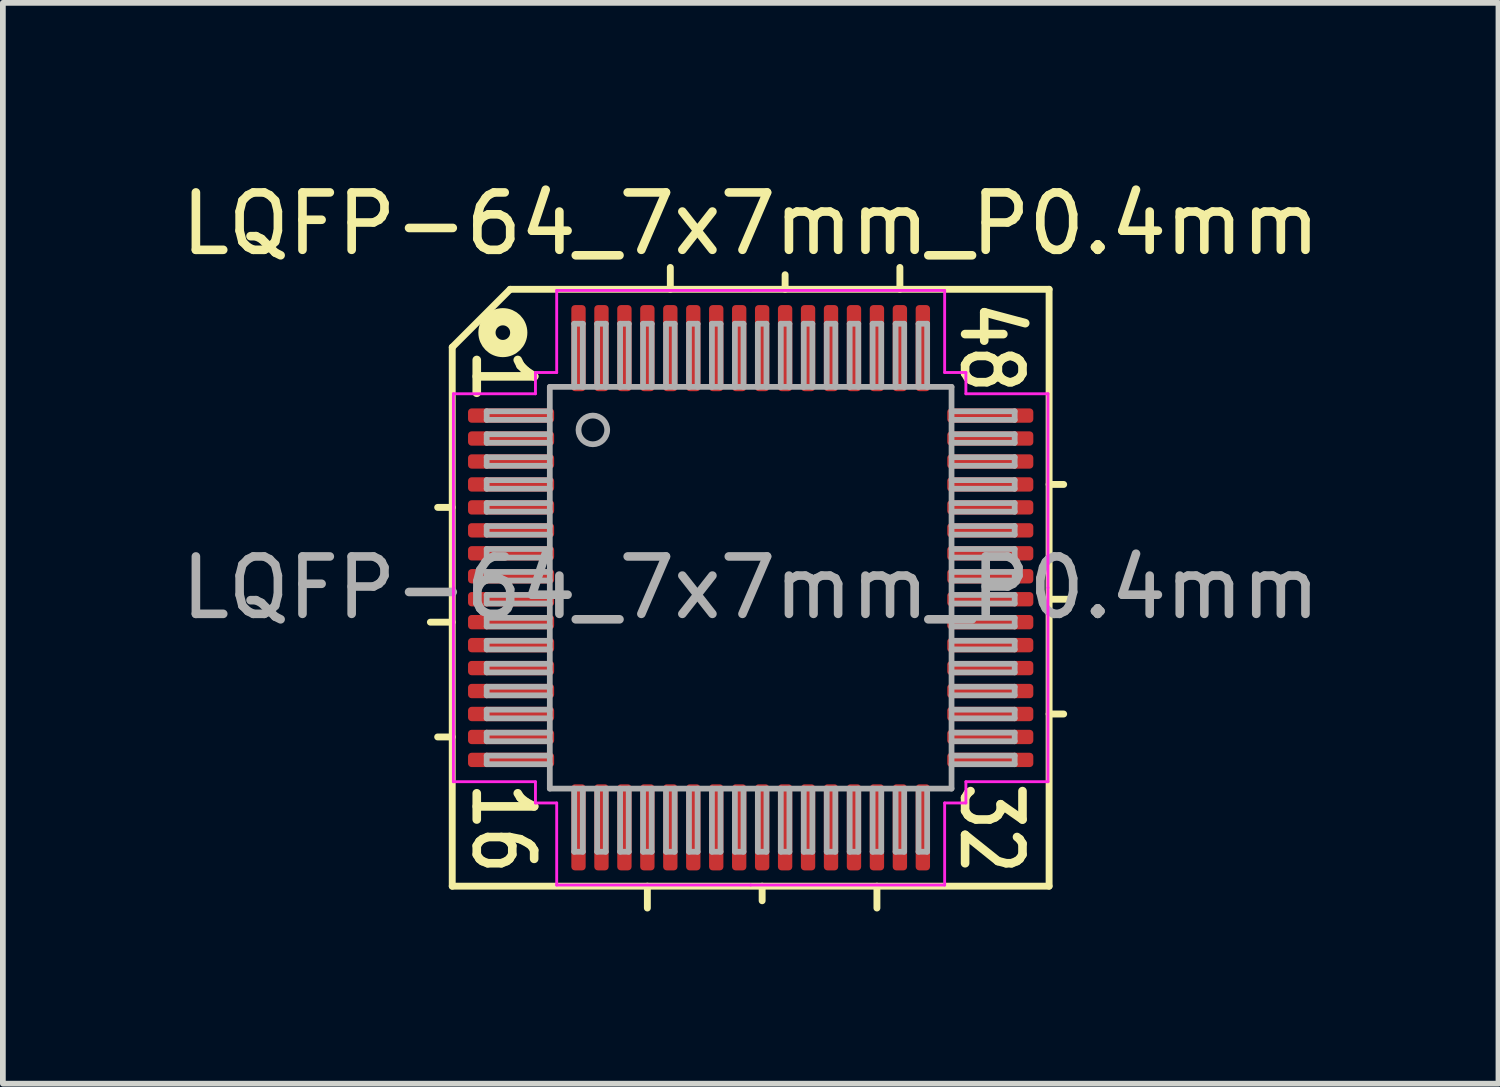
<source format=kicad_pcb>
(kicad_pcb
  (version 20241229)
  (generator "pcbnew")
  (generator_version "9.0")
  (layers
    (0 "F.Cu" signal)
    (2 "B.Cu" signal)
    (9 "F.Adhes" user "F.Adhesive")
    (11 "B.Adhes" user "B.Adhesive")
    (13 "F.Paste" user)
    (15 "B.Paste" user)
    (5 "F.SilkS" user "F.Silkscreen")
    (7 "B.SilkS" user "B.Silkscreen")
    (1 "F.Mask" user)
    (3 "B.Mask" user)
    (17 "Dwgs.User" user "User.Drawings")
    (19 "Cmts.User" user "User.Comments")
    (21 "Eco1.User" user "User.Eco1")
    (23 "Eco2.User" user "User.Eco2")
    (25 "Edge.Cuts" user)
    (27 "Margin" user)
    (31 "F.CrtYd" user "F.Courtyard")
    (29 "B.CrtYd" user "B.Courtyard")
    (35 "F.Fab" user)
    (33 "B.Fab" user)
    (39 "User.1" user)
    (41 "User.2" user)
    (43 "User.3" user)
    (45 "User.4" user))
  (footprint "LQFP-64_7x7mm_P0.4mm"
    (layer "F.Cu")
    (at 10.03 7.191)
    (property "Reference" "LQFP-64_7x7mm_P0.4mm" (at 0 -6.343 0) (layer "F.SilkS") (effects (font (size 1 1) (thickness 0.15))))
    (attr smd)
    (fp_line (start -5.2 -4.191) (end -5.2 5.2) (stroke (width 0.12) (type solid)) (layer "F.SilkS"))
    (fp_line (start -5.2 -1.4) (end -5.454 -1.4) (stroke (width 0.12) (type solid)) (layer "F.SilkS"))
    (fp_line (start -5.2 0.6) (end -5.581 0.6) (stroke (width 0.12) (type solid)) (layer "F.SilkS"))
    (fp_line (start -5.2 2.6) (end -5.454 2.6) (stroke (width 0.12) (type solid)) (layer "F.SilkS"))
    (fp_line (start -5.2 5.2) (end 5.2 5.2) (stroke (width 0.12) (type solid)) (layer "F.SilkS"))
    (fp_line (start -4.191 -5.2) (end -5.2 -4.191) (stroke (width 0.12) (type solid)) (layer "F.SilkS"))
    (fp_line (start -1.8 5.581) (end -1.8 5.2) (stroke (width 0.12) (type solid)) (layer "F.SilkS"))
    (fp_line (start -1.4 -5.2) (end -1.4 -5.581) (stroke (width 0.12) (type solid)) (layer "F.SilkS"))
    (fp_line (start 0.2 5.2) (end 0.2 5.454) (stroke (width 0.12) (type solid)) (layer "F.SilkS"))
    (fp_line (start 0.6 -5.2) (end 0.6 -5.454) (stroke (width 0.12) (type solid)) (layer "F.SilkS"))
    (fp_line (start 2.2 5.2) (end 2.2 5.581) (stroke (width 0.12) (type solid)) (layer "F.SilkS"))
    (fp_line (start 2.6 -5.2) (end 2.6 -5.581) (stroke (width 0.12) (type solid)) (layer "F.SilkS"))
    (fp_line (start 5.2 -5.2) (end -4.191 -5.2) (stroke (width 0.12) (type solid)) (layer "F.SilkS"))
    (fp_line (start 5.2 -1.8) (end 5.454 -1.8) (stroke (width 0.12) (type solid)) (layer "F.SilkS"))
    (fp_line (start 5.2 0.2) (end 5.581 0.2) (stroke (width 0.12) (type solid)) (layer "F.SilkS"))
    (fp_line (start 5.2 2.2) (end 5.454 2.2) (stroke (width 0.12) (type solid)) (layer "F.SilkS"))
    (fp_line (start 5.2 5.2) (end 5.2 -5.2) (stroke (width 0.12) (type solid)) (layer "F.SilkS"))
    (fp_circle (center -4.318 -4.445) (end -4.191 -4.445) (stroke (width 0.3) (type solid)) (fill no) (layer "F.SilkS"))
    (fp_line (start -5.18 -3.38) (end -5.18 0) (stroke (width 0.05) (type solid)) (layer "F.CrtYd"))
    (fp_line (start -5.18 3.38) (end -5.18 0) (stroke (width 0.05) (type solid)) (layer "F.CrtYd"))
    (fp_line (start -3.75 -3.75) (end -3.75 -3.38) (stroke (width 0.05) (type solid)) (layer "F.CrtYd"))
    (fp_line (start -3.75 -3.38) (end -5.18 -3.38) (stroke (width 0.05) (type solid)) (layer "F.CrtYd"))
    (fp_line (start -3.75 3.38) (end -5.18 3.38) (stroke (width 0.05) (type solid)) (layer "F.CrtYd"))
    (fp_line (start -3.75 3.75) (end -3.75 3.38) (stroke (width 0.05) (type solid)) (layer "F.CrtYd"))
    (fp_line (start -3.38 -5.18) (end -3.38 -3.75) (stroke (width 0.05) (type solid)) (layer "F.CrtYd"))
    (fp_line (start -3.38 -3.75) (end -3.75 -3.75) (stroke (width 0.05) (type solid)) (layer "F.CrtYd"))
    (fp_line (start -3.38 3.75) (end -3.75 3.75) (stroke (width 0.05) (type solid)) (layer "F.CrtYd"))
    (fp_line (start -3.38 5.18) (end -3.38 3.75) (stroke (width 0.05) (type solid)) (layer "F.CrtYd"))
    (fp_line (start 0 -5.18) (end -3.38 -5.18) (stroke (width 0.05) (type solid)) (layer "F.CrtYd"))
    (fp_line (start 0 -5.18) (end 3.38 -5.18) (stroke (width 0.05) (type solid)) (layer "F.CrtYd"))
    (fp_line (start 0 5.18) (end -3.38 5.18) (stroke (width 0.05) (type solid)) (layer "F.CrtYd"))
    (fp_line (start 0 5.18) (end 3.38 5.18) (stroke (width 0.05) (type solid)) (layer "F.CrtYd"))
    (fp_line (start 3.38 -5.18) (end 3.38 -3.75) (stroke (width 0.05) (type solid)) (layer "F.CrtYd"))
    (fp_line (start 3.38 -3.75) (end 3.75 -3.75) (stroke (width 0.05) (type solid)) (layer "F.CrtYd"))
    (fp_line (start 3.38 3.75) (end 3.75 3.75) (stroke (width 0.05) (type solid)) (layer "F.CrtYd"))
    (fp_line (start 3.38 5.18) (end 3.38 3.75) (stroke (width 0.05) (type solid)) (layer "F.CrtYd"))
    (fp_line (start 3.75 -3.75) (end 3.75 -3.38) (stroke (width 0.05) (type solid)) (layer "F.CrtYd"))
    (fp_line (start 3.75 -3.38) (end 5.18 -3.38) (stroke (width 0.05) (type solid)) (layer "F.CrtYd"))
    (fp_line (start 3.75 3.38) (end 5.18 3.38) (stroke (width 0.05) (type solid)) (layer "F.CrtYd"))
    (fp_line (start 3.75 3.75) (end 3.75 3.38) (stroke (width 0.05) (type solid)) (layer "F.CrtYd"))
    (fp_line (start 5.18 -3.38) (end 5.18 0) (stroke (width 0.05) (type solid)) (layer "F.CrtYd"))
    (fp_line (start 5.18 3.38) (end 5.18 0) (stroke (width 0.05) (type solid)) (layer "F.CrtYd"))
    (fp_line (start -4.6 -3.075) (end -4.6 -2.925) (stroke (width 0.1) (type solid)) (layer "F.Fab"))
    (fp_line (start -4.6 -3.075) (end -3.5 -3.075) (stroke (width 0.1) (type solid)) (layer "F.Fab"))
    (fp_line (start -4.6 -2.925) (end -3.5 -2.925) (stroke (width 0.1) (type solid)) (layer "F.Fab"))
    (fp_line (start -4.6 -2.675) (end -4.6 -2.525) (stroke (width 0.1) (type solid)) (layer "F.Fab"))
    (fp_line (start -4.6 -2.675) (end -3.5 -2.675) (stroke (width 0.1) (type solid)) (layer "F.Fab"))
    (fp_line (start -4.6 -2.525) (end -3.5 -2.525) (stroke (width 0.1) (type solid)) (layer "F.Fab"))
    (fp_line (start -4.6 -2.275) (end -4.6 -2.125) (stroke (width 0.1) (type solid)) (layer "F.Fab"))
    (fp_line (start -4.6 -2.275) (end -3.5 -2.275) (stroke (width 0.1) (type solid)) (layer "F.Fab"))
    (fp_line (start -4.6 -2.125) (end -3.5 -2.125) (stroke (width 0.1) (type solid)) (layer "F.Fab"))
    (fp_line (start -4.6 -1.875) (end -4.6 -1.725) (stroke (width 0.1) (type solid)) (layer "F.Fab"))
    (fp_line (start -4.6 -1.875) (end -3.5 -1.875) (stroke (width 0.1) (type solid)) (layer "F.Fab"))
    (fp_line (start -4.6 -1.725) (end -3.5 -1.725) (stroke (width 0.1) (type solid)) (layer "F.Fab"))
    (fp_line (start -4.6 -1.475) (end -4.6 -1.325) (stroke (width 0.1) (type solid)) (layer "F.Fab"))
    (fp_line (start -4.6 -1.475) (end -3.5 -1.475) (stroke (width 0.1) (type solid)) (layer "F.Fab"))
    (fp_line (start -4.6 -1.325) (end -3.5 -1.325) (stroke (width 0.1) (type solid)) (layer "F.Fab"))
    (fp_line (start -4.6 -1.075) (end -4.6 -0.925) (stroke (width 0.1) (type solid)) (layer "F.Fab"))
    (fp_line (start -4.6 -1.075) (end -3.5 -1.075) (stroke (width 0.1) (type solid)) (layer "F.Fab"))
    (fp_line (start -4.6 -0.925) (end -3.5 -0.925) (stroke (width 0.1) (type solid)) (layer "F.Fab"))
    (fp_line (start -4.6 -0.675) (end -4.6 -0.525) (stroke (width 0.1) (type solid)) (layer "F.Fab"))
    (fp_line (start -4.6 -0.675) (end -3.5 -0.675) (stroke (width 0.1) (type solid)) (layer "F.Fab"))
    (fp_line (start -4.6 -0.525) (end -3.5 -0.525) (stroke (width 0.1) (type solid)) (layer "F.Fab"))
    (fp_line (start -4.6 -0.275) (end -4.6 -0.125) (stroke (width 0.1) (type solid)) (layer "F.Fab"))
    (fp_line (start -4.6 -0.275) (end -3.5 -0.275) (stroke (width 0.1) (type solid)) (layer "F.Fab"))
    (fp_line (start -4.6 -0.125) (end -3.5 -0.125) (stroke (width 0.1) (type solid)) (layer "F.Fab"))
    (fp_line (start -4.6 0.125) (end -4.6 0.275) (stroke (width 0.1) (type solid)) (layer "F.Fab"))
    (fp_line (start -4.6 0.125) (end -3.5 0.125) (stroke (width 0.1) (type solid)) (layer "F.Fab"))
    (fp_line (start -4.6 0.275) (end -3.5 0.275) (stroke (width 0.1) (type solid)) (layer "F.Fab"))
    (fp_line (start -4.6 0.525) (end -4.6 0.675) (stroke (width 0.1) (type solid)) (layer "F.Fab"))
    (fp_line (start -4.6 0.525) (end -3.5 0.525) (stroke (width 0.1) (type solid)) (layer "F.Fab"))
    (fp_line (start -4.6 0.675) (end -3.5 0.675) (stroke (width 0.1) (type solid)) (layer "F.Fab"))
    (fp_line (start -4.6 0.925) (end -4.6 1.075) (stroke (width 0.1) (type solid)) (layer "F.Fab"))
    (fp_line (start -4.6 0.925) (end -3.5 0.925) (stroke (width 0.1) (type solid)) (layer "F.Fab"))
    (fp_line (start -4.6 1.075) (end -3.5 1.075) (stroke (width 0.1) (type solid)) (layer "F.Fab"))
    (fp_line (start -4.6 1.325) (end -4.6 1.475) (stroke (width 0.1) (type solid)) (layer "F.Fab"))
    (fp_line (start -4.6 1.325) (end -3.5 1.325) (stroke (width 0.1) (type solid)) (layer "F.Fab"))
    (fp_line (start -4.6 1.475) (end -3.5 1.475) (stroke (width 0.1) (type solid)) (layer "F.Fab"))
    (fp_line (start -4.6 1.725) (end -4.6 1.875) (stroke (width 0.1) (type solid)) (layer "F.Fab"))
    (fp_line (start -4.6 1.725) (end -3.5 1.725) (stroke (width 0.1) (type solid)) (layer "F.Fab"))
    (fp_line (start -4.6 1.875) (end -3.5 1.875) (stroke (width 0.1) (type solid)) (layer "F.Fab"))
    (fp_line (start -4.6 2.125) (end -4.6 2.275) (stroke (width 0.1) (type solid)) (layer "F.Fab"))
    (fp_line (start -4.6 2.125) (end -3.5 2.125) (stroke (width 0.1) (type solid)) (layer "F.Fab"))
    (fp_line (start -4.6 2.275) (end -3.5 2.275) (stroke (width 0.1) (type solid)) (layer "F.Fab"))
    (fp_line (start -4.6 2.525) (end -4.6 2.675) (stroke (width 0.1) (type solid)) (layer "F.Fab"))
    (fp_line (start -4.6 2.525) (end -3.5 2.525) (stroke (width 0.1) (type solid)) (layer "F.Fab"))
    (fp_line (start -4.6 2.675) (end -3.5 2.675) (stroke (width 0.1) (type solid)) (layer "F.Fab"))
    (fp_line (start -4.6 2.925) (end -4.6 3.075) (stroke (width 0.1) (type solid)) (layer "F.Fab"))
    (fp_line (start -4.6 2.925) (end -3.5 2.925) (stroke (width 0.1) (type solid)) (layer "F.Fab"))
    (fp_line (start -4.6 3.075) (end -3.5 3.075) (stroke (width 0.1) (type solid)) (layer "F.Fab"))
    (fp_line (start -3.5 -3.5) (end 3.5 -3.5) (stroke (width 0.1) (type solid)) (layer "F.Fab"))
    (fp_line (start -3.5 3.5) (end -3.5 -3.5) (stroke (width 0.1) (type solid)) (layer "F.Fab"))
    (fp_line (start -3.075 -4.6) (end -3.075 -3.5) (stroke (width 0.1) (type solid)) (layer "F.Fab"))
    (fp_line (start -3.075 4.6) (end -3.075 3.5) (stroke (width 0.1) (type solid)) (layer "F.Fab"))
    (fp_line (start -3.075 4.6) (end -2.925 4.6) (stroke (width 0.1) (type solid)) (layer "F.Fab"))
    (fp_line (start -2.925 -4.6) (end -3.075 -4.6) (stroke (width 0.1) (type solid)) (layer "F.Fab"))
    (fp_line (start -2.925 -4.6) (end -2.925 -3.5) (stroke (width 0.1) (type solid)) (layer "F.Fab"))
    (fp_line (start -2.925 4.6) (end -2.925 3.5) (stroke (width 0.1) (type solid)) (layer "F.Fab"))
    (fp_line (start -2.675 -4.6) (end -2.675 -3.5) (stroke (width 0.1) (type solid)) (layer "F.Fab"))
    (fp_line (start -2.675 4.6) (end -2.675 3.5) (stroke (width 0.1) (type solid)) (layer "F.Fab"))
    (fp_line (start -2.675 4.6) (end -2.525 4.6) (stroke (width 0.1) (type solid)) (layer "F.Fab"))
    (fp_line (start -2.525 -4.6) (end -2.675 -4.6) (stroke (width 0.1) (type solid)) (layer "F.Fab"))
    (fp_line (start -2.525 -4.6) (end -2.525 -3.5) (stroke (width 0.1) (type solid)) (layer "F.Fab"))
    (fp_line (start -2.525 4.6) (end -2.525 3.5) (stroke (width 0.1) (type solid)) (layer "F.Fab"))
    (fp_line (start -2.275 -4.6) (end -2.275 -3.5) (stroke (width 0.1) (type solid)) (layer "F.Fab"))
    (fp_line (start -2.275 4.6) (end -2.275 3.5) (stroke (width 0.1) (type solid)) (layer "F.Fab"))
    (fp_line (start -2.275 4.6) (end -2.125 4.6) (stroke (width 0.1) (type solid)) (layer "F.Fab"))
    (fp_line (start -2.125 -4.6) (end -2.275 -4.6) (stroke (width 0.1) (type solid)) (layer "F.Fab"))
    (fp_line (start -2.125 -4.6) (end -2.125 -3.5) (stroke (width 0.1) (type solid)) (layer "F.Fab"))
    (fp_line (start -2.125 4.6) (end -2.125 3.5) (stroke (width 0.1) (type solid)) (layer "F.Fab"))
    (fp_line (start -1.875 -4.6) (end -1.875 -3.5) (stroke (width 0.1) (type solid)) (layer "F.Fab"))
    (fp_line (start -1.875 4.6) (end -1.875 3.5) (stroke (width 0.1) (type solid)) (layer "F.Fab"))
    (fp_line (start -1.875 4.6) (end -1.725 4.6) (stroke (width 0.1) (type solid)) (layer "F.Fab"))
    (fp_line (start -1.725 -4.6) (end -1.875 -4.6) (stroke (width 0.1) (type solid)) (layer "F.Fab"))
    (fp_line (start -1.725 -4.6) (end -1.725 -3.5) (stroke (width 0.1) (type solid)) (layer "F.Fab"))
    (fp_line (start -1.725 4.6) (end -1.725 3.5) (stroke (width 0.1) (type solid)) (layer "F.Fab"))
    (fp_line (start -1.475 -4.6) (end -1.475 -3.5) (stroke (width 0.1) (type solid)) (layer "F.Fab"))
    (fp_line (start -1.475 4.6) (end -1.475 3.5) (stroke (width 0.1) (type solid)) (layer "F.Fab"))
    (fp_line (start -1.475 4.6) (end -1.325 4.6) (stroke (width 0.1) (type solid)) (layer "F.Fab"))
    (fp_line (start -1.325 -4.6) (end -1.475 -4.6) (stroke (width 0.1) (type solid)) (layer "F.Fab"))
    (fp_line (start -1.325 -4.6) (end -1.325 -3.5) (stroke (width 0.1) (type solid)) (layer "F.Fab"))
    (fp_line (start -1.325 4.6) (end -1.325 3.5) (stroke (width 0.1) (type solid)) (layer "F.Fab"))
    (fp_line (start -1.075 -4.6) (end -1.075 -3.5) (stroke (width 0.1) (type solid)) (layer "F.Fab"))
    (fp_line (start -1.075 4.6) (end -1.075 3.5) (stroke (width 0.1) (type solid)) (layer "F.Fab"))
    (fp_line (start -1.075 4.6) (end -0.925 4.6) (stroke (width 0.1) (type solid)) (layer "F.Fab"))
    (fp_line (start -0.925 -4.6) (end -1.075 -4.6) (stroke (width 0.1) (type solid)) (layer "F.Fab"))
    (fp_line (start -0.925 -4.6) (end -0.925 -3.5) (stroke (width 0.1) (type solid)) (layer "F.Fab"))
    (fp_line (start -0.925 4.6) (end -0.925 3.5) (stroke (width 0.1) (type solid)) (layer "F.Fab"))
    (fp_line (start -0.675 -4.6) (end -0.675 -3.5) (stroke (width 0.1) (type solid)) (layer "F.Fab"))
    (fp_line (start -0.675 4.6) (end -0.675 3.5) (stroke (width 0.1) (type solid)) (layer "F.Fab"))
    (fp_line (start -0.675 4.6) (end -0.525 4.6) (stroke (width 0.1) (type solid)) (layer "F.Fab"))
    (fp_line (start -0.525 -4.6) (end -0.675 -4.6) (stroke (width 0.1) (type solid)) (layer "F.Fab"))
    (fp_line (start -0.525 -4.6) (end -0.525 -3.5) (stroke (width 0.1) (type solid)) (layer "F.Fab"))
    (fp_line (start -0.525 4.6) (end -0.525 3.5) (stroke (width 0.1) (type solid)) (layer "F.Fab"))
    (fp_line (start -0.275 -4.6) (end -0.275 -3.5) (stroke (width 0.1) (type solid)) (layer "F.Fab"))
    (fp_line (start -0.275 4.6) (end -0.275 3.5) (stroke (width 0.1) (type solid)) (layer "F.Fab"))
    (fp_line (start -0.275 4.6) (end -0.125 4.6) (stroke (width 0.1) (type solid)) (layer "F.Fab"))
    (fp_line (start -0.125 -4.6) (end -0.275 -4.6) (stroke (width 0.1) (type solid)) (layer "F.Fab"))
    (fp_line (start -0.125 -4.6) (end -0.125 -3.5) (stroke (width 0.1) (type solid)) (layer "F.Fab"))
    (fp_line (start -0.125 4.6) (end -0.125 3.5) (stroke (width 0.1) (type solid)) (layer "F.Fab"))
    (fp_line (start 0.125 -4.6) (end 0.125 -3.5) (stroke (width 0.1) (type solid)) (layer "F.Fab"))
    (fp_line (start 0.125 4.6) (end 0.125 3.5) (stroke (width 0.1) (type solid)) (layer "F.Fab"))
    (fp_line (start 0.125 4.6) (end 0.275 4.6) (stroke (width 0.1) (type solid)) (layer "F.Fab"))
    (fp_line (start 0.275 -4.6) (end 0.125 -4.6) (stroke (width 0.1) (type solid)) (layer "F.Fab"))
    (fp_line (start 0.275 -4.6) (end 0.275 -3.5) (stroke (width 0.1) (type solid)) (layer "F.Fab"))
    (fp_line (start 0.275 4.6) (end 0.275 3.5) (stroke (width 0.1) (type solid)) (layer "F.Fab"))
    (fp_line (start 0.525 -4.6) (end 0.525 -3.5) (stroke (width 0.1) (type solid)) (layer "F.Fab"))
    (fp_line (start 0.525 4.6) (end 0.525 3.5) (stroke (width 0.1) (type solid)) (layer "F.Fab"))
    (fp_line (start 0.525 4.6) (end 0.675 4.6) (stroke (width 0.1) (type solid)) (layer "F.Fab"))
    (fp_line (start 0.675 -4.6) (end 0.525 -4.6) (stroke (width 0.1) (type solid)) (layer "F.Fab"))
    (fp_line (start 0.675 -4.6) (end 0.675 -3.5) (stroke (width 0.1) (type solid)) (layer "F.Fab"))
    (fp_line (start 0.675 4.6) (end 0.675 3.5) (stroke (width 0.1) (type solid)) (layer "F.Fab"))
    (fp_line (start 0.925 -4.6) (end 0.925 -3.5) (stroke (width 0.1) (type solid)) (layer "F.Fab"))
    (fp_line (start 0.925 4.6) (end 0.925 3.5) (stroke (width 0.1) (type solid)) (layer "F.Fab"))
    (fp_line (start 0.925 4.6) (end 1.075 4.6) (stroke (width 0.1) (type solid)) (layer "F.Fab"))
    (fp_line (start 1.075 -4.6) (end 0.925 -4.6) (stroke (width 0.1) (type solid)) (layer "F.Fab"))
    (fp_line (start 1.075 -4.6) (end 1.075 -3.5) (stroke (width 0.1) (type solid)) (layer "F.Fab"))
    (fp_line (start 1.075 4.6) (end 1.075 3.5) (stroke (width 0.1) (type solid)) (layer "F.Fab"))
    (fp_line (start 1.325 -4.6) (end 1.325 -3.5) (stroke (width 0.1) (type solid)) (layer "F.Fab"))
    (fp_line (start 1.325 4.6) (end 1.325 3.5) (stroke (width 0.1) (type solid)) (layer "F.Fab"))
    (fp_line (start 1.325 4.6) (end 1.475 4.6) (stroke (width 0.1) (type solid)) (layer "F.Fab"))
    (fp_line (start 1.475 -4.6) (end 1.325 -4.6) (stroke (width 0.1) (type solid)) (layer "F.Fab"))
    (fp_line (start 1.475 -4.6) (end 1.475 -3.5) (stroke (width 0.1) (type solid)) (layer "F.Fab"))
    (fp_line (start 1.475 4.6) (end 1.475 3.5) (stroke (width 0.1) (type solid)) (layer "F.Fab"))
    (fp_line (start 1.725 -4.6) (end 1.725 -3.5) (stroke (width 0.1) (type solid)) (layer "F.Fab"))
    (fp_line (start 1.725 4.6) (end 1.725 3.5) (stroke (width 0.1) (type solid)) (layer "F.Fab"))
    (fp_line (start 1.725 4.6) (end 1.875 4.6) (stroke (width 0.1) (type solid)) (layer "F.Fab"))
    (fp_line (start 1.875 -4.6) (end 1.725 -4.6) (stroke (width 0.1) (type solid)) (layer "F.Fab"))
    (fp_line (start 1.875 -4.6) (end 1.875 -3.5) (stroke (width 0.1) (type solid)) (layer "F.Fab"))
    (fp_line (start 1.875 4.6) (end 1.875 3.5) (stroke (width 0.1) (type solid)) (layer "F.Fab"))
    (fp_line (start 2.125 -4.6) (end 2.125 -3.5) (stroke (width 0.1) (type solid)) (layer "F.Fab"))
    (fp_line (start 2.125 4.6) (end 2.125 3.5) (stroke (width 0.1) (type solid)) (layer "F.Fab"))
    (fp_line (start 2.125 4.6) (end 2.275 4.6) (stroke (width 0.1) (type solid)) (layer "F.Fab"))
    (fp_line (start 2.275 -4.6) (end 2.125 -4.6) (stroke (width 0.1) (type solid)) (layer "F.Fab"))
    (fp_line (start 2.275 -4.6) (end 2.275 -3.5) (stroke (width 0.1) (type solid)) (layer "F.Fab"))
    (fp_line (start 2.275 4.6) (end 2.275 3.5) (stroke (width 0.1) (type solid)) (layer "F.Fab"))
    (fp_line (start 2.525 -4.6) (end 2.525 -3.5) (stroke (width 0.1) (type solid)) (layer "F.Fab"))
    (fp_line (start 2.525 4.6) (end 2.525 3.5) (stroke (width 0.1) (type solid)) (layer "F.Fab"))
    (fp_line (start 2.525 4.6) (end 2.675 4.6) (stroke (width 0.1) (type solid)) (layer "F.Fab"))
    (fp_line (start 2.675 -4.6) (end 2.525 -4.6) (stroke (width 0.1) (type solid)) (layer "F.Fab"))
    (fp_line (start 2.675 -4.6) (end 2.675 -3.5) (stroke (width 0.1) (type solid)) (layer "F.Fab"))
    (fp_line (start 2.675 4.6) (end 2.675 3.5) (stroke (width 0.1) (type solid)) (layer "F.Fab"))
    (fp_line (start 2.925 -4.6) (end 2.925 -3.5) (stroke (width 0.1) (type solid)) (layer "F.Fab"))
    (fp_line (start 2.925 4.6) (end 2.925 3.5) (stroke (width 0.1) (type solid)) (layer "F.Fab"))
    (fp_line (start 2.925 4.6) (end 3.075 4.6) (stroke (width 0.1) (type solid)) (layer "F.Fab"))
    (fp_line (start 3.075 -4.6) (end 2.925 -4.6) (stroke (width 0.1) (type solid)) (layer "F.Fab"))
    (fp_line (start 3.075 -4.6) (end 3.075 -3.5) (stroke (width 0.1) (type solid)) (layer "F.Fab"))
    (fp_line (start 3.075 4.6) (end 3.075 3.5) (stroke (width 0.1) (type solid)) (layer "F.Fab"))
    (fp_line (start 3.5 -3.5) (end 3.5 3.5) (stroke (width 0.1) (type solid)) (layer "F.Fab"))
    (fp_line (start 3.5 3.5) (end -3.5 3.5) (stroke (width 0.1) (type solid)) (layer "F.Fab"))
    (fp_line (start 4.6 -3.075) (end 3.5 -3.075) (stroke (width 0.1) (type solid)) (layer "F.Fab"))
    (fp_line (start 4.6 -2.925) (end 3.5 -2.925) (stroke (width 0.1) (type solid)) (layer "F.Fab"))
    (fp_line (start 4.6 -2.925) (end 4.6 -3.075) (stroke (width 0.1) (type solid)) (layer "F.Fab"))
    (fp_line (start 4.6 -2.675) (end 3.5 -2.675) (stroke (width 0.1) (type solid)) (layer "F.Fab"))
    (fp_line (start 4.6 -2.525) (end 3.5 -2.525) (stroke (width 0.1) (type solid)) (layer "F.Fab"))
    (fp_line (start 4.6 -2.525) (end 4.6 -2.675) (stroke (width 0.1) (type solid)) (layer "F.Fab"))
    (fp_line (start 4.6 -2.275) (end 3.5 -2.275) (stroke (width 0.1) (type solid)) (layer "F.Fab"))
    (fp_line (start 4.6 -2.125) (end 3.5 -2.125) (stroke (width 0.1) (type solid)) (layer "F.Fab"))
    (fp_line (start 4.6 -2.125) (end 4.6 -2.275) (stroke (width 0.1) (type solid)) (layer "F.Fab"))
    (fp_line (start 4.6 -1.875) (end 3.5 -1.875) (stroke (width 0.1) (type solid)) (layer "F.Fab"))
    (fp_line (start 4.6 -1.725) (end 3.5 -1.725) (stroke (width 0.1) (type solid)) (layer "F.Fab"))
    (fp_line (start 4.6 -1.725) (end 4.6 -1.875) (stroke (width 0.1) (type solid)) (layer "F.Fab"))
    (fp_line (start 4.6 -1.475) (end 3.5 -1.475) (stroke (width 0.1) (type solid)) (layer "F.Fab"))
    (fp_line (start 4.6 -1.325) (end 3.5 -1.325) (stroke (width 0.1) (type solid)) (layer "F.Fab"))
    (fp_line (start 4.6 -1.325) (end 4.6 -1.475) (stroke (width 0.1) (type solid)) (layer "F.Fab"))
    (fp_line (start 4.6 -1.075) (end 3.5 -1.075) (stroke (width 0.1) (type solid)) (layer "F.Fab"))
    (fp_line (start 4.6 -0.925) (end 3.5 -0.925) (stroke (width 0.1) (type solid)) (layer "F.Fab"))
    (fp_line (start 4.6 -0.925) (end 4.6 -1.075) (stroke (width 0.1) (type solid)) (layer "F.Fab"))
    (fp_line (start 4.6 -0.675) (end 3.5 -0.675) (stroke (width 0.1) (type solid)) (layer "F.Fab"))
    (fp_line (start 4.6 -0.525) (end 3.5 -0.525) (stroke (width 0.1) (type solid)) (layer "F.Fab"))
    (fp_line (start 4.6 -0.525) (end 4.6 -0.675) (stroke (width 0.1) (type solid)) (layer "F.Fab"))
    (fp_line (start 4.6 -0.275) (end 3.5 -0.275) (stroke (width 0.1) (type solid)) (layer "F.Fab"))
    (fp_line (start 4.6 -0.125) (end 3.5 -0.125) (stroke (width 0.1) (type solid)) (layer "F.Fab"))
    (fp_line (start 4.6 -0.125) (end 4.6 -0.275) (stroke (width 0.1) (type solid)) (layer "F.Fab"))
    (fp_line (start 4.6 0.125) (end 3.5 0.125) (stroke (width 0.1) (type solid)) (layer "F.Fab"))
    (fp_line (start 4.6 0.275) (end 3.5 0.275) (stroke (width 0.1) (type solid)) (layer "F.Fab"))
    (fp_line (start 4.6 0.275) (end 4.6 0.125) (stroke (width 0.1) (type solid)) (layer "F.Fab"))
    (fp_line (start 4.6 0.525) (end 3.5 0.525) (stroke (width 0.1) (type solid)) (layer "F.Fab"))
    (fp_line (start 4.6 0.675) (end 3.5 0.675) (stroke (width 0.1) (type solid)) (layer "F.Fab"))
    (fp_line (start 4.6 0.675) (end 4.6 0.525) (stroke (width 0.1) (type solid)) (layer "F.Fab"))
    (fp_line (start 4.6 0.925) (end 3.5 0.925) (stroke (width 0.1) (type solid)) (layer "F.Fab"))
    (fp_line (start 4.6 1.075) (end 3.5 1.075) (stroke (width 0.1) (type solid)) (layer "F.Fab"))
    (fp_line (start 4.6 1.075) (end 4.6 0.925) (stroke (width 0.1) (type solid)) (layer "F.Fab"))
    (fp_line (start 4.6 1.325) (end 3.5 1.325) (stroke (width 0.1) (type solid)) (layer "F.Fab"))
    (fp_line (start 4.6 1.475) (end 3.5 1.475) (stroke (width 0.1) (type solid)) (layer "F.Fab"))
    (fp_line (start 4.6 1.475) (end 4.6 1.325) (stroke (width 0.1) (type solid)) (layer "F.Fab"))
    (fp_line (start 4.6 1.725) (end 3.5 1.725) (stroke (width 0.1) (type solid)) (layer "F.Fab"))
    (fp_line (start 4.6 1.875) (end 3.5 1.875) (stroke (width 0.1) (type solid)) (layer "F.Fab"))
    (fp_line (start 4.6 1.875) (end 4.6 1.725) (stroke (width 0.1) (type solid)) (layer "F.Fab"))
    (fp_line (start 4.6 2.125) (end 3.5 2.125) (stroke (width 0.1) (type solid)) (layer "F.Fab"))
    (fp_line (start 4.6 2.275) (end 3.5 2.275) (stroke (width 0.1) (type solid)) (layer "F.Fab"))
    (fp_line (start 4.6 2.275) (end 4.6 2.125) (stroke (width 0.1) (type solid)) (layer "F.Fab"))
    (fp_line (start 4.6 2.525) (end 3.5 2.525) (stroke (width 0.1) (type solid)) (layer "F.Fab"))
    (fp_line (start 4.6 2.675) (end 3.5 2.675) (stroke (width 0.1) (type solid)) (layer "F.Fab"))
    (fp_line (start 4.6 2.675) (end 4.6 2.525) (stroke (width 0.1) (type solid)) (layer "F.Fab"))
    (fp_line (start 4.6 2.925) (end 3.5 2.925) (stroke (width 0.1) (type solid)) (layer "F.Fab"))
    (fp_line (start 4.6 3.075) (end 3.5 3.075) (stroke (width 0.1) (type solid)) (layer "F.Fab"))
    (fp_line (start 4.6 3.075) (end 4.6 2.925) (stroke (width 0.1) (type solid)) (layer "F.Fab"))
    (fp_circle (center -2.75 -2.75) (end -2.5 -2.75) (stroke (width 0.1) (type solid)) (fill no) (layer "F.Fab"))
    (fp_text user "48" (at 4.191 -4.191 270) (unlocked yes) (layer "F.SilkS") (effects (font (size 1 0.8) (thickness 0.15))))
    (fp_text user "16" (at -4.318 4.191 270) (unlocked yes) (layer "F.SilkS") (effects (font (size 1 0.8) (thickness 0.15))))
    (fp_text user "1" (at -4.318 -3.683 270) (unlocked yes) (layer "F.SilkS") (effects (font (size 1 1) (thickness 0.15))))
    (fp_text user "32" (at 4.191 4.191 270) (unlocked yes) (layer "F.SilkS") (effects (font (size 1 0.8) (thickness 0.15))))
    (fp_text user "${REFERENCE}" (at 0 0 0) (layer "F.Fab") (effects (font (size 1 1) (thickness 0.15))))
    (pad "1" smd roundrect (at -4.175 -3) (size 1.5 0.25) (layers "F.Cu" "F.Mask" "F.Paste") (roundrect_rratio 0.25))
    (pad "2" smd roundrect (at -4.175 -2.6) (size 1.5 0.25) (layers "F.Cu" "F.Mask" "F.Paste") (roundrect_rratio 0.25))
    (pad "3" smd roundrect (at -4.175 -2.2) (size 1.5 0.25) (layers "F.Cu" "F.Mask" "F.Paste") (roundrect_rratio 0.25))
    (pad "4" smd roundrect (at -4.175 -1.8) (size 1.5 0.25) (layers "F.Cu" "F.Mask" "F.Paste") (roundrect_rratio 0.25))
    (pad "5" smd roundrect (at -4.175 -1.4) (size 1.5 0.25) (layers "F.Cu" "F.Mask" "F.Paste") (roundrect_rratio 0.25))
    (pad "6" smd roundrect (at -4.175 -1) (size 1.5 0.25) (layers "F.Cu" "F.Mask" "F.Paste") (roundrect_rratio 0.25))
    (pad "7" smd roundrect (at -4.175 -0.6) (size 1.5 0.25) (layers "F.Cu" "F.Mask" "F.Paste") (roundrect_rratio 0.25))
    (pad "8" smd roundrect (at -4.175 -0.2) (size 1.5 0.25) (layers "F.Cu" "F.Mask" "F.Paste") (roundrect_rratio 0.25))
    (pad "9" smd roundrect (at -4.175 0.2) (size 1.5 0.25) (layers "F.Cu" "F.Mask" "F.Paste") (roundrect_rratio 0.25))
    (pad "10" smd roundrect (at -4.175 0.6) (size 1.5 0.25) (layers "F.Cu" "F.Mask" "F.Paste") (roundrect_rratio 0.25))
    (pad "11" smd roundrect (at -4.175 1) (size 1.5 0.25) (layers "F.Cu" "F.Mask" "F.Paste") (roundrect_rratio 0.25))
    (pad "12" smd roundrect (at -4.175 1.4) (size 1.5 0.25) (layers "F.Cu" "F.Mask" "F.Paste") (roundrect_rratio 0.25))
    (pad "13" smd roundrect (at -4.175 1.8) (size 1.5 0.25) (layers "F.Cu" "F.Mask" "F.Paste") (roundrect_rratio 0.25))
    (pad "14" smd roundrect (at -4.175 2.2) (size 1.5 0.25) (layers "F.Cu" "F.Mask" "F.Paste") (roundrect_rratio 0.25))
    (pad "15" smd roundrect (at -4.175 2.6) (size 1.5 0.25) (layers "F.Cu" "F.Mask" "F.Paste") (roundrect_rratio 0.25))
    (pad "16" smd roundrect (at -4.175 3) (size 1.5 0.25) (layers "F.Cu" "F.Mask" "F.Paste") (roundrect_rratio 0.25))
    (pad "17" smd roundrect (at -3 4.175) (size 0.25 1.5) (layers "F.Cu" "F.Mask" "F.Paste") (roundrect_rratio 0.25))
    (pad "18" smd roundrect (at -2.6 4.175) (size 0.25 1.5) (layers "F.Cu" "F.Mask" "F.Paste") (roundrect_rratio 0.25))
    (pad "19" smd roundrect (at -2.2 4.175) (size 0.25 1.5) (layers "F.Cu" "F.Mask" "F.Paste") (roundrect_rratio 0.25))
    (pad "20" smd roundrect (at -1.8 4.175) (size 0.25 1.5) (layers "F.Cu" "F.Mask" "F.Paste") (roundrect_rratio 0.25))
    (pad "21" smd roundrect (at -1.4 4.175) (size 0.25 1.5) (layers "F.Cu" "F.Mask" "F.Paste") (roundrect_rratio 0.25))
    (pad "22" smd roundrect (at -1 4.175) (size 0.25 1.5) (layers "F.Cu" "F.Mask" "F.Paste") (roundrect_rratio 0.25))
    (pad "23" smd roundrect (at -0.6 4.175) (size 0.25 1.5) (layers "F.Cu" "F.Mask" "F.Paste") (roundrect_rratio 0.25))
    (pad "24" smd roundrect (at -0.2 4.175) (size 0.25 1.5) (layers "F.Cu" "F.Mask" "F.Paste") (roundrect_rratio 0.25))
    (pad "25" smd roundrect (at 0.2 4.175) (size 0.25 1.5) (layers "F.Cu" "F.Mask" "F.Paste") (roundrect_rratio 0.25))
    (pad "26" smd roundrect (at 0.6 4.175) (size 0.25 1.5) (layers "F.Cu" "F.Mask" "F.Paste") (roundrect_rratio 0.25))
    (pad "27" smd roundrect (at 1 4.175) (size 0.25 1.5) (layers "F.Cu" "F.Mask" "F.Paste") (roundrect_rratio 0.25))
    (pad "28" smd roundrect (at 1.4 4.175) (size 0.25 1.5) (layers "F.Cu" "F.Mask" "F.Paste") (roundrect_rratio 0.25))
    (pad "29" smd roundrect (at 1.8 4.175) (size 0.25 1.5) (layers "F.Cu" "F.Mask" "F.Paste") (roundrect_rratio 0.25))
    (pad "30" smd roundrect (at 2.2 4.175) (size 0.25 1.5) (layers "F.Cu" "F.Mask" "F.Paste") (roundrect_rratio 0.25))
    (pad "31" smd roundrect (at 2.6 4.175) (size 0.25 1.5) (layers "F.Cu" "F.Mask" "F.Paste") (roundrect_rratio 0.25))
    (pad "32" smd roundrect (at 3 4.175) (size 0.25 1.5) (layers "F.Cu" "F.Mask" "F.Paste") (roundrect_rratio 0.25))
    (pad "33" smd roundrect (at 4.175 3) (size 1.5 0.25) (layers "F.Cu" "F.Mask" "F.Paste") (roundrect_rratio 0.25))
    (pad "34" smd roundrect (at 4.175 2.6) (size 1.5 0.25) (layers "F.Cu" "F.Mask" "F.Paste") (roundrect_rratio 0.25))
    (pad "35" smd roundrect (at 4.175 2.2) (size 1.5 0.25) (layers "F.Cu" "F.Mask" "F.Paste") (roundrect_rratio 0.25))
    (pad "36" smd roundrect (at 4.175 1.8) (size 1.5 0.25) (layers "F.Cu" "F.Mask" "F.Paste") (roundrect_rratio 0.25))
    (pad "37" smd roundrect (at 4.175 1.4) (size 1.5 0.25) (layers "F.Cu" "F.Mask" "F.Paste") (roundrect_rratio 0.25))
    (pad "38" smd roundrect (at 4.175 1) (size 1.5 0.25) (layers "F.Cu" "F.Mask" "F.Paste") (roundrect_rratio 0.25))
    (pad "39" smd roundrect (at 4.175 0.6) (size 1.5 0.25) (layers "F.Cu" "F.Mask" "F.Paste") (roundrect_rratio 0.25))
    (pad "40" smd roundrect (at 4.175 0.2) (size 1.5 0.25) (layers "F.Cu" "F.Mask" "F.Paste") (roundrect_rratio 0.25))
    (pad "41" smd roundrect (at 4.175 -0.2) (size 1.5 0.25) (layers "F.Cu" "F.Mask" "F.Paste") (roundrect_rratio 0.25))
    (pad "42" smd roundrect (at 4.175 -0.6) (size 1.5 0.25) (layers "F.Cu" "F.Mask" "F.Paste") (roundrect_rratio 0.25))
    (pad "43" smd roundrect (at 4.175 -1) (size 1.5 0.25) (layers "F.Cu" "F.Mask" "F.Paste") (roundrect_rratio 0.25))
    (pad "44" smd roundrect (at 4.175 -1.4) (size 1.5 0.25) (layers "F.Cu" "F.Mask" "F.Paste") (roundrect_rratio 0.25))
    (pad "45" smd roundrect (at 4.175 -1.8) (size 1.5 0.25) (layers "F.Cu" "F.Mask" "F.Paste") (roundrect_rratio 0.25))
    (pad "46" smd roundrect (at 4.175 -2.2) (size 1.5 0.25) (layers "F.Cu" "F.Mask" "F.Paste") (roundrect_rratio 0.25))
    (pad "47" smd roundrect (at 4.175 -2.6) (size 1.5 0.25) (layers "F.Cu" "F.Mask" "F.Paste") (roundrect_rratio 0.25))
    (pad "48" smd roundrect (at 4.175 -3) (size 1.5 0.25) (layers "F.Cu" "F.Mask" "F.Paste") (roundrect_rratio 0.25))
    (pad "49" smd roundrect (at 3 -4.175) (size 0.25 1.5) (layers "F.Cu" "F.Mask" "F.Paste") (roundrect_rratio 0.25))
    (pad "50" smd roundrect (at 2.6 -4.175) (size 0.25 1.5) (layers "F.Cu" "F.Mask" "F.Paste") (roundrect_rratio 0.25))
    (pad "51" smd roundrect (at 2.2 -4.175) (size 0.25 1.5) (layers "F.Cu" "F.Mask" "F.Paste") (roundrect_rratio 0.25))
    (pad "52" smd roundrect (at 1.8 -4.175) (size 0.25 1.5) (layers "F.Cu" "F.Mask" "F.Paste") (roundrect_rratio 0.25))
    (pad "53" smd roundrect (at 1.4 -4.175) (size 0.25 1.5) (layers "F.Cu" "F.Mask" "F.Paste") (roundrect_rratio 0.25))
    (pad "54" smd roundrect (at 1 -4.175) (size 0.25 1.5) (layers "F.Cu" "F.Mask" "F.Paste") (roundrect_rratio 0.25))
    (pad "55" smd roundrect (at 0.6 -4.175) (size 0.25 1.5) (layers "F.Cu" "F.Mask" "F.Paste") (roundrect_rratio 0.25))
    (pad "56" smd roundrect (at 0.2 -4.175) (size 0.25 1.5) (layers "F.Cu" "F.Mask" "F.Paste") (roundrect_rratio 0.25))
    (pad "57" smd roundrect (at -0.2 -4.175) (size 0.25 1.5) (layers "F.Cu" "F.Mask" "F.Paste") (roundrect_rratio 0.25))
    (pad "58" smd roundrect (at -0.6 -4.175) (size 0.25 1.5) (layers "F.Cu" "F.Mask" "F.Paste") (roundrect_rratio 0.25))
    (pad "59" smd roundrect (at -1 -4.175) (size 0.25 1.5) (layers "F.Cu" "F.Mask" "F.Paste") (roundrect_rratio 0.25))
    (pad "60" smd roundrect (at -1.4 -4.175) (size 0.25 1.5) (layers "F.Cu" "F.Mask" "F.Paste") (roundrect_rratio 0.25))
    (pad "61" smd roundrect (at -1.8 -4.175) (size 0.25 1.5) (layers "F.Cu" "F.Mask" "F.Paste") (roundrect_rratio 0.25))
    (pad "62" smd roundrect (at -2.2 -4.175) (size 0.25 1.5) (layers "F.Cu" "F.Mask" "F.Paste") (roundrect_rratio 0.25))
    (pad "63" smd roundrect (at -2.6 -4.175) (size 0.25 1.5) (layers "F.Cu" "F.Mask" "F.Paste") (roundrect_rratio 0.25))
    (pad "64" smd roundrect (at -3 -4.175) (size 0.25 1.5) (layers "F.Cu" "F.Mask" "F.Paste") (roundrect_rratio 0.25)))
  (gr_rect
    (start -3 -3)
    (end 23.06 15.832)
    (stroke (width 0.1) (type default))
    (fill no)
    (layer "Edge.Cuts")))
</source>
